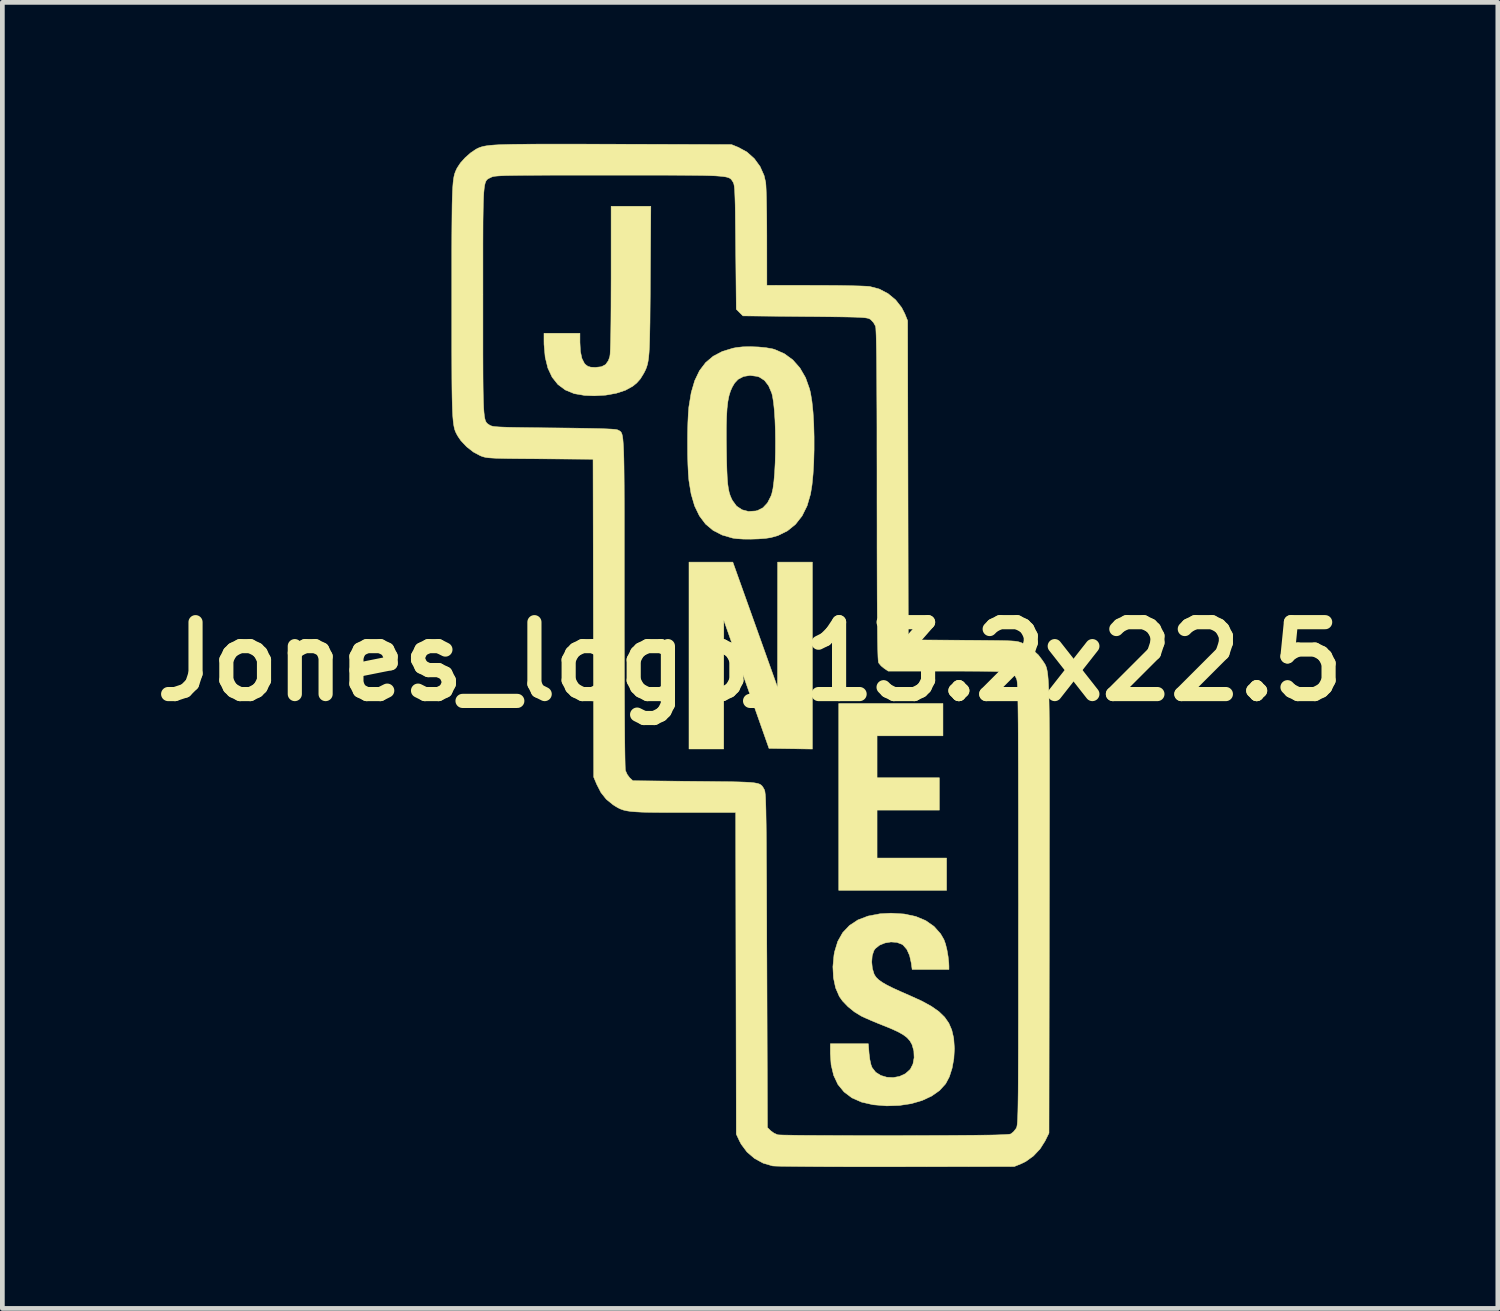
<source format=kicad_pcb>
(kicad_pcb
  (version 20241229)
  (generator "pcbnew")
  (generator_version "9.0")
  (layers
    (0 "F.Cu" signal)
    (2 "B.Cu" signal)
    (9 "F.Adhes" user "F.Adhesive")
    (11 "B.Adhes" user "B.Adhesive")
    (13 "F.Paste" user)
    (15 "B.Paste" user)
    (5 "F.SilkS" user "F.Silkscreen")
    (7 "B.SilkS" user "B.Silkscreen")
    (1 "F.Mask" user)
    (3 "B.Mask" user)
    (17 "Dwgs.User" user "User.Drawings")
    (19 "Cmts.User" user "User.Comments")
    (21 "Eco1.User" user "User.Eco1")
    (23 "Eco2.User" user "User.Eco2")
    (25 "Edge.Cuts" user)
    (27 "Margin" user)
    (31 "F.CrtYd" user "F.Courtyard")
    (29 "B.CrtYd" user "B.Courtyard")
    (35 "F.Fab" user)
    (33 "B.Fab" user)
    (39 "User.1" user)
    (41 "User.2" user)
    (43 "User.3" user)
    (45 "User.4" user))
  (footprint "Jones_logo_13.2x22.5"
    (layer "F.Cu")
    (at 12.852 10.975)
    (property "Reference" "Jones_logo_13.2x22.5" (at 0 0 0) (layer "F.SilkS") (effects (font (size 1.524 1.524) (thickness 0.3))))
    (attr through_hole)
    (fp_poly (pts (xy 0.582 0.546) (xy 0.583 -0.781) (xy 0.584 -2.108) (xy 1.321 -2.108) (xy 1.321 1.855) (xy 0.861 1.848) (xy 0.401 1.841) (xy -0.557 -0.876) (xy -0.559 1.854) (xy -1.295 1.854) (xy -1.295 -2.108) (xy -0.366 -2.108) (xy 0.582 0.546)) (stroke (width 0.01) (type solid)) (fill yes) (layer "F.SilkS"))
    (fp_poly (pts (xy 4.089 1.575) (xy 2.692 1.575) (xy 2.692 2.464) (xy 4.013 2.464) (xy 4.013 3.15) (xy 2.692 3.15) (xy 2.692 4.166) (xy 4.166 4.166) (xy 4.166 4.851) (xy 1.88 4.851) (xy 1.88 0.889) (xy 4.089 0.889) (xy 4.089 1.575)) (stroke (width 0.01) (type solid)) (fill yes) (layer "F.SilkS"))
    (fp_poly (pts (xy -2.115 -8.071) (xy -2.117 -7.733) (xy -2.12 -7.442) (xy -2.122 -7.193) (xy -2.126 -6.983) (xy -2.13 -6.807) (xy -2.135 -6.662) (xy -2.142 -6.543) (xy -2.151 -6.447) (xy -2.162 -6.368) (xy -2.175 -6.304) (xy -2.191 -6.25) (xy -2.209 -6.201) (xy -2.231 -6.155) (xy -2.255 -6.109) (xy -2.326 -5.993) (xy -2.403 -5.906) (xy -2.489 -5.836) (xy -2.644 -5.751) (xy -2.837 -5.688) (xy -3.06 -5.648) (xy -3.303 -5.634) (xy -3.507 -5.642) (xy -3.729 -5.68) (xy -3.918 -5.758) (xy -4.074 -5.874) (xy -4.197 -6.029) (xy -4.287 -6.222) (xy -4.344 -6.454) (xy -4.368 -6.724) (xy -4.369 -6.788) (xy -4.369 -6.96) (xy -3.607 -6.96) (xy -3.607 -6.768) (xy -3.597 -6.576) (xy -3.566 -6.428) (xy -3.514 -6.324) (xy -3.488 -6.295) (xy -3.439 -6.259) (xy -3.378 -6.241) (xy -3.288 -6.236) (xy -3.277 -6.236) (xy -3.152 -6.25) (xy -3.063 -6.296) (xy -3.004 -6.379) (xy -2.974 -6.465) (xy -2.967 -6.518) (xy -2.962 -6.621) (xy -2.957 -6.772) (xy -2.953 -6.972) (xy -2.95 -7.222) (xy -2.948 -7.523) (xy -2.947 -7.873) (xy -2.946 -8.114) (xy -2.946 -9.652) (xy -2.104 -9.652) (xy -2.115 -8.071)) (stroke (width 0.01) (type solid)) (fill yes) (layer "F.SilkS"))
    (fp_poly (pts (xy 0.178 -6.669) (xy 0.34 -6.653) (xy 0.476 -6.629) (xy 0.519 -6.617) (xy 0.725 -6.527) (xy 0.905 -6.396) (xy 1.056 -6.225) (xy 1.176 -6.019) (xy 1.261 -5.78) (xy 1.282 -5.693) (xy 1.312 -5.509) (xy 1.335 -5.285) (xy 1.35 -5.034) (xy 1.357 -4.765) (xy 1.357 -4.491) (xy 1.35 -4.222) (xy 1.335 -3.97) (xy 1.313 -3.745) (xy 1.283 -3.559) (xy 1.282 -3.552) (xy 1.209 -3.301) (xy 1.102 -3.086) (xy 0.962 -2.908) (xy 0.791 -2.77) (xy 0.591 -2.671) (xy 0.439 -2.628) (xy 0.324 -2.611) (xy 0.178 -2.6) (xy 0.017 -2.595) (xy -0.14 -2.596) (xy -0.279 -2.605) (xy -0.368 -2.617) (xy -0.592 -2.682) (xy -0.784 -2.781) (xy -0.944 -2.915) (xy -1.074 -3.088) (xy -1.176 -3.299) (xy -1.25 -3.552) (xy -1.297 -3.839) (xy -1.309 -3.989) (xy -1.318 -4.176) (xy -1.324 -4.389) (xy -1.325 -4.615) (xy -1.325 -4.719) (xy -0.504 -4.719) (xy -0.501 -4.476) (xy -0.497 -4.239) (xy -0.491 -4.047) (xy -0.484 -3.892) (xy -0.474 -3.768) (xy -0.46 -3.669) (xy -0.443 -3.587) (xy -0.421 -3.517) (xy -0.393 -3.452) (xy -0.375 -3.416) (xy -0.287 -3.296) (xy -0.171 -3.218) (xy -0.034 -3.182) (xy 0.119 -3.192) (xy 0.159 -3.202) (xy 0.273 -3.26) (xy 0.369 -3.363) (xy 0.443 -3.508) (xy 0.46 -3.556) (xy 0.485 -3.666) (xy 0.505 -3.818) (xy 0.521 -4.003) (xy 0.532 -4.213) (xy 0.538 -4.438) (xy 0.539 -4.671) (xy 0.536 -4.901) (xy 0.528 -5.121) (xy 0.515 -5.322) (xy 0.497 -5.495) (xy 0.475 -5.631) (xy 0.46 -5.69) (xy 0.393 -5.847) (xy 0.306 -5.96) (xy 0.196 -6.031) (xy 0.15 -6.046) (xy -0.000359 -6.066) (xy -0.138 -6.044) (xy -0.254 -5.983) (xy -0.327 -5.905) (xy -0.375 -5.825) (xy -0.415 -5.736) (xy -0.447 -5.633) (xy -0.471 -5.511) (xy -0.488 -5.363) (xy -0.498 -5.186) (xy -0.504 -4.973) (xy -0.504 -4.719) (xy -1.325 -4.719) (xy -1.324 -4.841) (xy -1.319 -5.056) (xy -1.31 -5.245) (xy -1.298 -5.398) (xy -1.296 -5.408) (xy -1.248 -5.702) (xy -1.174 -5.954) (xy -1.073 -6.165) (xy -0.943 -6.337) (xy -0.782 -6.473) (xy -0.589 -6.574) (xy -0.362 -6.643) (xy -0.289 -6.657) (xy -0.154 -6.672) (xy 0.008 -6.675) (xy 0.178 -6.669)) (stroke (width 0.01) (type solid)) (fill yes) (layer "F.SilkS"))
    (fp_poly (pts (xy 3.266 5.352) (xy 3.512 5.404) (xy 3.723 5.492) (xy 3.899 5.615) (xy 4.038 5.771) (xy 4.11 5.895) (xy 4.143 5.987) (xy 4.174 6.112) (xy 4.198 6.252) (xy 4.213 6.39) (xy 4.216 6.458) (xy 4.216 6.528) (xy 3.436 6.528) (xy 3.418 6.394) (xy 3.382 6.233) (xy 3.324 6.103) (xy 3.246 6.013) (xy 3.221 5.995) (xy 3.112 5.954) (xy 2.987 5.945) (xy 2.86 5.966) (xy 2.745 6.013) (xy 2.656 6.084) (xy 2.624 6.13) (xy 2.589 6.238) (xy 2.579 6.369) (xy 2.592 6.504) (xy 2.628 6.623) (xy 2.641 6.648) (xy 2.676 6.699) (xy 2.727 6.748) (xy 2.799 6.8) (xy 2.897 6.857) (xy 3.027 6.922) (xy 3.194 6.998) (xy 3.399 7.088) (xy 3.645 7.2) (xy 3.845 7.31) (xy 4.003 7.421) (xy 4.125 7.539) (xy 4.214 7.667) (xy 4.276 7.811) (xy 4.314 7.974) (xy 4.318 8) (xy 4.332 8.206) (xy 4.32 8.418) (xy 4.283 8.621) (xy 4.225 8.803) (xy 4.147 8.951) (xy 4.145 8.953) (xy 4.017 9.094) (xy 3.849 9.212) (xy 3.647 9.306) (xy 3.417 9.373) (xy 3.164 9.411) (xy 2.896 9.42) (xy 2.618 9.397) (xy 2.604 9.395) (xy 2.363 9.34) (xy 2.159 9.25) (xy 1.993 9.125) (xy 1.863 8.967) (xy 1.772 8.774) (xy 1.718 8.547) (xy 1.702 8.312) (xy 1.702 8.103) (xy 2.507 8.103) (xy 2.523 8.31) (xy 2.539 8.438) (xy 2.563 8.546) (xy 2.586 8.608) (xy 2.663 8.707) (xy 2.771 8.775) (xy 2.899 8.813) (xy 3.035 8.82) (xy 3.17 8.795) (xy 3.293 8.738) (xy 3.392 8.649) (xy 3.398 8.642) (xy 3.453 8.533) (xy 3.478 8.398) (xy 3.472 8.255) (xy 3.434 8.121) (xy 3.434 8.121) (xy 3.39 8.043) (xy 3.329 7.974) (xy 3.244 7.91) (xy 3.127 7.845) (xy 2.972 7.775) (xy 2.84 7.722) (xy 2.703 7.667) (xy 2.568 7.611) (xy 2.45 7.559) (xy 2.363 7.519) (xy 2.357 7.516) (xy 2.213 7.428) (xy 2.075 7.316) (xy 1.959 7.195) (xy 1.892 7.1) (xy 1.813 6.918) (xy 1.768 6.705) (xy 1.756 6.471) (xy 1.779 6.223) (xy 1.792 6.152) (xy 1.859 5.933) (xy 1.964 5.747) (xy 2.107 5.596) (xy 2.286 5.478) (xy 2.501 5.396) (xy 2.753 5.348) (xy 2.987 5.335) (xy 3.266 5.352)) (stroke (width 0.01) (type solid)) (fill yes) (layer "F.SilkS"))
    (fp_poly (pts (xy -3.734 -10.97) (xy -3.357 -10.969) (xy -2.932 -10.968) (xy -2.883 -10.968) (xy -0.394 -10.96) (xy -0.248 -10.901) (xy -0.067 -10.802) (xy 0.088 -10.664) (xy 0.212 -10.495) (xy 0.297 -10.304) (xy 0.331 -10.157) (xy 0.336 -10.095) (xy 0.341 -9.99) (xy 0.346 -9.846) (xy 0.349 -9.672) (xy 0.352 -9.474) (xy 0.354 -9.258) (xy 0.355 -9.03) (xy 0.355 -8.985) (xy 0.356 -7.976) (xy 1.365 -7.975) (xy 1.594 -7.974) (xy 1.813 -7.973) (xy 2.016 -7.97) (xy 2.195 -7.966) (xy 2.345 -7.962) (xy 2.458 -7.957) (xy 2.529 -7.952) (xy 2.537 -7.951) (xy 2.738 -7.898) (xy 2.924 -7.801) (xy 3.085 -7.668) (xy 3.213 -7.505) (xy 3.281 -7.372) (xy 3.34 -7.226) (xy 3.347 -3.843) (xy 3.354 -0.459) (xy 4.503 -0.452) (xy 4.774 -0.45) (xy 5 -0.448) (xy 5.184 -0.446) (xy 5.332 -0.444) (xy 5.449 -0.441) (xy 5.539 -0.437) (xy 5.608 -0.432) (xy 5.66 -0.425) (xy 5.699 -0.416) (xy 5.732 -0.406) (xy 5.762 -0.394) (xy 5.776 -0.387) (xy 5.958 -0.279) (xy 6.111 -0.14) (xy 6.193 -0.032) (xy 6.212 -0.004) (xy 6.229 0.021) (xy 6.245 0.045) (xy 6.259 0.07) (xy 6.272 0.099) (xy 6.284 0.133) (xy 6.294 0.175) (xy 6.304 0.227) (xy 6.312 0.291) (xy 6.319 0.369) (xy 6.325 0.464) (xy 6.33 0.577) (xy 6.335 0.711) (xy 6.338 0.868) (xy 6.341 1.051) (xy 6.343 1.261) (xy 6.345 1.5) (xy 6.346 1.771) (xy 6.347 2.076) (xy 6.347 2.416) (xy 6.347 2.796) (xy 6.347 3.215) (xy 6.346 3.677) (xy 6.345 4.184) (xy 6.345 4.738) (xy 6.344 5.197) (xy 6.337 9.996) (xy 6.254 10.165) (xy 6.147 10.334) (xy 6.006 10.483) (xy 5.845 10.599) (xy 5.747 10.647) (xy 5.601 10.706) (xy 3.099 10.71) (xy 2.744 10.71) (xy 2.402 10.71) (xy 2.076 10.71) (xy 1.77 10.709) (xy 1.487 10.708) (xy 1.232 10.706) (xy 1.007 10.704) (xy 0.817 10.702) (xy 0.665 10.7) (xy 0.555 10.697) (xy 0.491 10.694) (xy 0.477 10.693) (xy 0.276 10.634) (xy 0.092 10.533) (xy -0.066 10.397) (xy -0.189 10.232) (xy -0.224 10.165) (xy -0.292 10.02) (xy -0.299 6.61) (xy -0.305 3.2) (xy -1.405 3.2) (xy -1.691 3.2) (xy -1.93 3.199) (xy -2.129 3.197) (xy -2.293 3.193) (xy -2.425 3.186) (xy -2.532 3.177) (xy -2.619 3.164) (xy -2.69 3.147) (xy -2.75 3.125) (xy -2.805 3.098) (xy -2.86 3.065) (xy -2.908 3.034) (xy -3.05 2.918) (xy -3.161 2.778) (xy -3.25 2.605) (xy -3.315 2.451) (xy -3.329 -4.289) (xy -4.452 -4.298) (xy -4.72 -4.3) (xy -4.943 -4.302) (xy -5.125 -4.304) (xy -5.271 -4.307) (xy -5.386 -4.31) (xy -5.476 -4.315) (xy -5.544 -4.32) (xy -5.597 -4.327) (xy -5.639 -4.336) (xy -5.675 -4.347) (xy -5.71 -4.36) (xy -5.72 -4.364) (xy -5.866 -4.442) (xy -6.008 -4.553) (xy -6.13 -4.682) (xy -6.189 -4.768) (xy -6.211 -4.805) (xy -6.23 -4.841) (xy -6.247 -4.877) (xy -6.262 -4.919) (xy -6.274 -4.968) (xy -6.285 -5.028) (xy -6.294 -5.102) (xy -6.302 -5.193) (xy -6.308 -5.304) (xy -6.313 -5.438) (xy -6.317 -5.599) (xy -6.32 -5.79) (xy -6.322 -6.013) (xy -6.323 -6.273) (xy -6.324 -6.571) (xy -6.324 -6.911) (xy -6.324 -7.297) (xy -6.324 -7.625) (xy -6.324 -8.047) (xy -6.324 -8.183) (xy -5.664 -8.183) (xy -5.664 -7.785) (xy -5.664 -7.638) (xy -5.664 -7.224) (xy -5.664 -6.857) (xy -5.664 -6.535) (xy -5.663 -6.255) (xy -5.662 -6.014) (xy -5.66 -5.808) (xy -5.657 -5.634) (xy -5.653 -5.491) (xy -5.648 -5.373) (xy -5.641 -5.28) (xy -5.633 -5.206) (xy -5.623 -5.15) (xy -5.612 -5.109) (xy -5.598 -5.079) (xy -5.582 -5.057) (xy -5.564 -5.04) (xy -5.543 -5.026) (xy -5.521 -5.012) (xy -5.503 -5.002) (xy -5.478 -4.993) (xy -5.443 -4.985) (xy -5.393 -4.979) (xy -5.325 -4.974) (xy -5.233 -4.97) (xy -5.114 -4.966) (xy -4.962 -4.963) (xy -4.775 -4.96) (xy -4.547 -4.957) (xy -4.275 -4.954) (xy -4.154 -4.953) (xy -3.845 -4.95) (xy -3.583 -4.946) (xy -3.365 -4.942) (xy -3.188 -4.938) (xy -3.048 -4.933) (xy -2.943 -4.928) (xy -2.868 -4.922) (xy -2.821 -4.915) (xy -2.801 -4.908) (xy -2.782 -4.898) (xy -2.765 -4.889) (xy -2.75 -4.879) (xy -2.737 -4.865) (xy -2.725 -4.844) (xy -2.714 -4.814) (xy -2.705 -4.772) (xy -2.697 -4.717) (xy -2.691 -4.645) (xy -2.685 -4.554) (xy -2.68 -4.441) (xy -2.676 -4.304) (xy -2.673 -4.141) (xy -2.671 -3.948) (xy -2.669 -3.724) (xy -2.668 -3.465) (xy -2.667 -3.17) (xy -2.667 -2.836) (xy -2.667 -2.46) (xy -2.667 -2.04) (xy -2.667 -1.573) (xy -2.667 -1.252) (xy -2.667 -0.718) (xy -2.666 -0.224) (xy -2.665 0.229) (xy -2.664 0.641) (xy -2.662 1.01) (xy -2.66 1.335) (xy -2.658 1.616) (xy -2.655 1.851) (xy -2.652 2.039) (xy -2.649 2.179) (xy -2.646 2.271) (xy -2.642 2.313) (xy -2.641 2.313) (xy -2.605 2.394) (xy -2.553 2.464) (xy -2.551 2.466) (xy -2.485 2.527) (xy -1.173 2.54) (xy -0.874 2.543) (xy -0.621 2.546) (xy -0.411 2.548) (xy -0.239 2.552) (xy -0.101 2.557) (xy 0.008 2.563) (xy 0.091 2.572) (xy 0.153 2.583) (xy 0.197 2.597) (xy 0.229 2.615) (xy 0.253 2.637) (xy 0.272 2.663) (xy 0.29 2.694) (xy 0.295 2.703) (xy 0.302 2.715) (xy 0.308 2.732) (xy 0.314 2.754) (xy 0.318 2.785) (xy 0.323 2.827) (xy 0.327 2.883) (xy 0.33 2.955) (xy 0.333 3.046) (xy 0.336 3.158) (xy 0.338 3.294) (xy 0.341 3.457) (xy 0.343 3.649) (xy 0.345 3.872) (xy 0.346 4.129) (xy 0.348 4.422) (xy 0.35 4.755) (xy 0.351 5.129) (xy 0.353 5.548) (xy 0.354 6.013) (xy 0.356 6.33) (xy 0.368 9.879) (xy 0.435 9.946) (xy 0.506 9.998) (xy 0.585 10.033) (xy 0.587 10.033) (xy 0.625 10.036) (xy 0.709 10.039) (xy 0.837 10.041) (xy 1.005 10.044) (xy 1.209 10.046) (xy 1.445 10.047) (xy 1.71 10.048) (xy 2.001 10.049) (xy 2.312 10.05) (xy 2.642 10.05) (xy 2.986 10.05) (xy 3.073 10.05) (xy 3.491 10.049) (xy 3.861 10.048) (xy 4.185 10.047) (xy 4.467 10.045) (xy 4.709 10.043) (xy 4.913 10.041) (xy 5.083 10.039) (xy 5.221 10.036) (xy 5.331 10.032) (xy 5.414 10.028) (xy 5.473 10.024) (xy 5.511 10.019) (xy 5.531 10.013) (xy 5.532 10.012) (xy 5.586 9.968) (xy 5.637 9.904) (xy 5.64 9.898) (xy 5.646 9.887) (xy 5.652 9.874) (xy 5.657 9.856) (xy 5.661 9.832) (xy 5.665 9.799) (xy 5.669 9.754) (xy 5.672 9.697) (xy 5.675 9.623) (xy 5.678 9.532) (xy 5.68 9.421) (xy 5.682 9.288) (xy 5.684 9.131) (xy 5.685 8.947) (xy 5.686 8.734) (xy 5.687 8.491) (xy 5.688 8.214) (xy 5.688 7.902) (xy 5.689 7.553) (xy 5.689 7.163) (xy 5.689 6.732) (xy 5.689 6.257) (xy 5.689 5.736) (xy 5.69 5.166) (xy 5.69 5.135) (xy 5.689 4.558) (xy 5.689 4.03) (xy 5.689 3.548) (xy 5.689 3.111) (xy 5.688 2.716) (xy 5.688 2.361) (xy 5.687 2.043) (xy 5.686 1.762) (xy 5.685 1.514) (xy 5.684 1.297) (xy 5.682 1.11) (xy 5.68 0.949) (xy 5.678 0.814) (xy 5.676 0.701) (xy 5.673 0.609) (xy 5.67 0.535) (xy 5.667 0.478) (xy 5.663 0.435) (xy 5.659 0.403) (xy 5.654 0.382) (xy 5.65 0.368) (xy 5.632 0.332) (xy 5.614 0.302) (xy 5.59 0.277) (xy 5.557 0.257) (xy 5.51 0.24) (xy 5.446 0.228) (xy 5.359 0.219) (xy 5.246 0.212) (xy 5.103 0.208) (xy 4.926 0.205) (xy 4.709 0.204) (xy 4.45 0.203) (xy 4.185 0.203) (xy 2.929 0.203) (xy 2.843 0.145) (xy 2.778 0.092) (xy 2.73 0.034) (xy 2.725 0.025) (xy 2.72 0.005) (xy 2.716 -0.034) (xy 2.712 -0.097) (xy 2.709 -0.184) (xy 2.706 -0.298) (xy 2.703 -0.441) (xy 2.701 -0.616) (xy 2.699 -0.823) (xy 2.697 -1.066) (xy 2.695 -1.347) (xy 2.694 -1.667) (xy 2.693 -2.029) (xy 2.692 -2.434) (xy 2.692 -2.886) (xy 2.691 -3.386) (xy 2.691 -3.531) (xy 2.691 -4.054) (xy 2.69 -4.529) (xy 2.69 -4.957) (xy 2.689 -5.339) (xy 2.687 -5.679) (xy 2.686 -5.977) (xy 2.684 -6.235) (xy 2.682 -6.456) (xy 2.679 -6.642) (xy 2.676 -6.794) (xy 2.673 -6.914) (xy 2.669 -7.004) (xy 2.666 -7.066) (xy 2.661 -7.102) (xy 2.659 -7.11) (xy 2.617 -7.186) (xy 2.558 -7.249) (xy 2.557 -7.249) (xy 2.54 -7.261) (xy 2.52 -7.271) (xy 2.493 -7.279) (xy 2.455 -7.286) (xy 2.401 -7.292) (xy 2.327 -7.297) (xy 2.229 -7.301) (xy 2.102 -7.304) (xy 1.942 -7.307) (xy 1.746 -7.309) (xy 1.508 -7.312) (xy 1.224 -7.315) (xy 1.167 -7.315) (xy -0.151 -7.328) (xy -0.222 -7.398) (xy -0.292 -7.469) (xy -0.305 -8.784) (xy -0.308 -9.077) (xy -0.311 -9.324) (xy -0.313 -9.529) (xy -0.316 -9.696) (xy -0.32 -9.829) (xy -0.324 -9.933) (xy -0.328 -10.012) (xy -0.334 -10.07) (xy -0.341 -10.111) (xy -0.349 -10.14) (xy -0.359 -10.161) (xy -0.364 -10.17) (xy -0.379 -10.193) (xy -0.393 -10.214) (xy -0.41 -10.232) (xy -0.433 -10.248) (xy -0.464 -10.261) (xy -0.507 -10.273) (xy -0.564 -10.282) (xy -0.639 -10.29) (xy -0.735 -10.297) (xy -0.855 -10.302) (xy -1.001 -10.306) (xy -1.177 -10.308) (xy -1.386 -10.31) (xy -1.631 -10.311) (xy -1.915 -10.312) (xy -2.241 -10.312) (xy -2.612 -10.312) (xy -2.99 -10.312) (xy -3.395 -10.312) (xy -3.753 -10.312) (xy -4.066 -10.312) (xy -4.337 -10.311) (xy -4.57 -10.31) (xy -4.768 -10.309) (xy -4.934 -10.307) (xy -5.071 -10.305) (xy -5.182 -10.303) (xy -5.27 -10.299) (xy -5.338 -10.295) (xy -5.389 -10.291) (xy -5.428 -10.286) (xy -5.455 -10.28) (xy -5.476 -10.273) (xy -5.486 -10.268) (xy -5.515 -10.254) (xy -5.541 -10.242) (xy -5.564 -10.228) (xy -5.583 -10.21) (xy -5.6 -10.184) (xy -5.615 -10.147) (xy -5.627 -10.097) (xy -5.637 -10.03) (xy -5.645 -9.944) (xy -5.651 -9.835) (xy -5.656 -9.7) (xy -5.659 -9.537) (xy -5.662 -9.341) (xy -5.663 -9.111) (xy -5.664 -8.844) (xy -5.664 -8.536) (xy -5.664 -8.183) (xy -6.324 -8.183) (xy -6.324 -8.421) (xy -6.324 -8.75) (xy -6.323 -9.038) (xy -6.321 -9.288) (xy -6.319 -9.503) (xy -6.317 -9.685) (xy -6.313 -9.84) (xy -6.308 -9.968) (xy -6.302 -10.074) (xy -6.295 -10.161) (xy -6.286 -10.232) (xy -6.276 -10.289) (xy -6.264 -10.337) (xy -6.25 -10.378) (xy -6.234 -10.415) (xy -6.216 -10.453) (xy -6.21 -10.465) (xy -6.14 -10.571) (xy -6.04 -10.682) (xy -5.926 -10.783) (xy -5.812 -10.86) (xy -5.799 -10.867) (xy -5.763 -10.885) (xy -5.727 -10.9) (xy -5.686 -10.913) (xy -5.637 -10.925) (xy -5.578 -10.935) (xy -5.506 -10.944) (xy -5.416 -10.951) (xy -5.308 -10.957) (xy -5.176 -10.961) (xy -5.018 -10.965) (xy -4.832 -10.967) (xy -4.613 -10.969) (xy -4.359 -10.97) (xy -4.067 -10.97) (xy -3.734 -10.97)) (stroke (width 0.01) (type solid)) (fill yes) (layer "F.SilkS")))
  (gr_rect
    (start -3 -3)
    (end 28.705 24.69)
    (stroke (width 0.1) (type default))
    (fill no)
    (layer "Edge.Cuts")))
</source>
